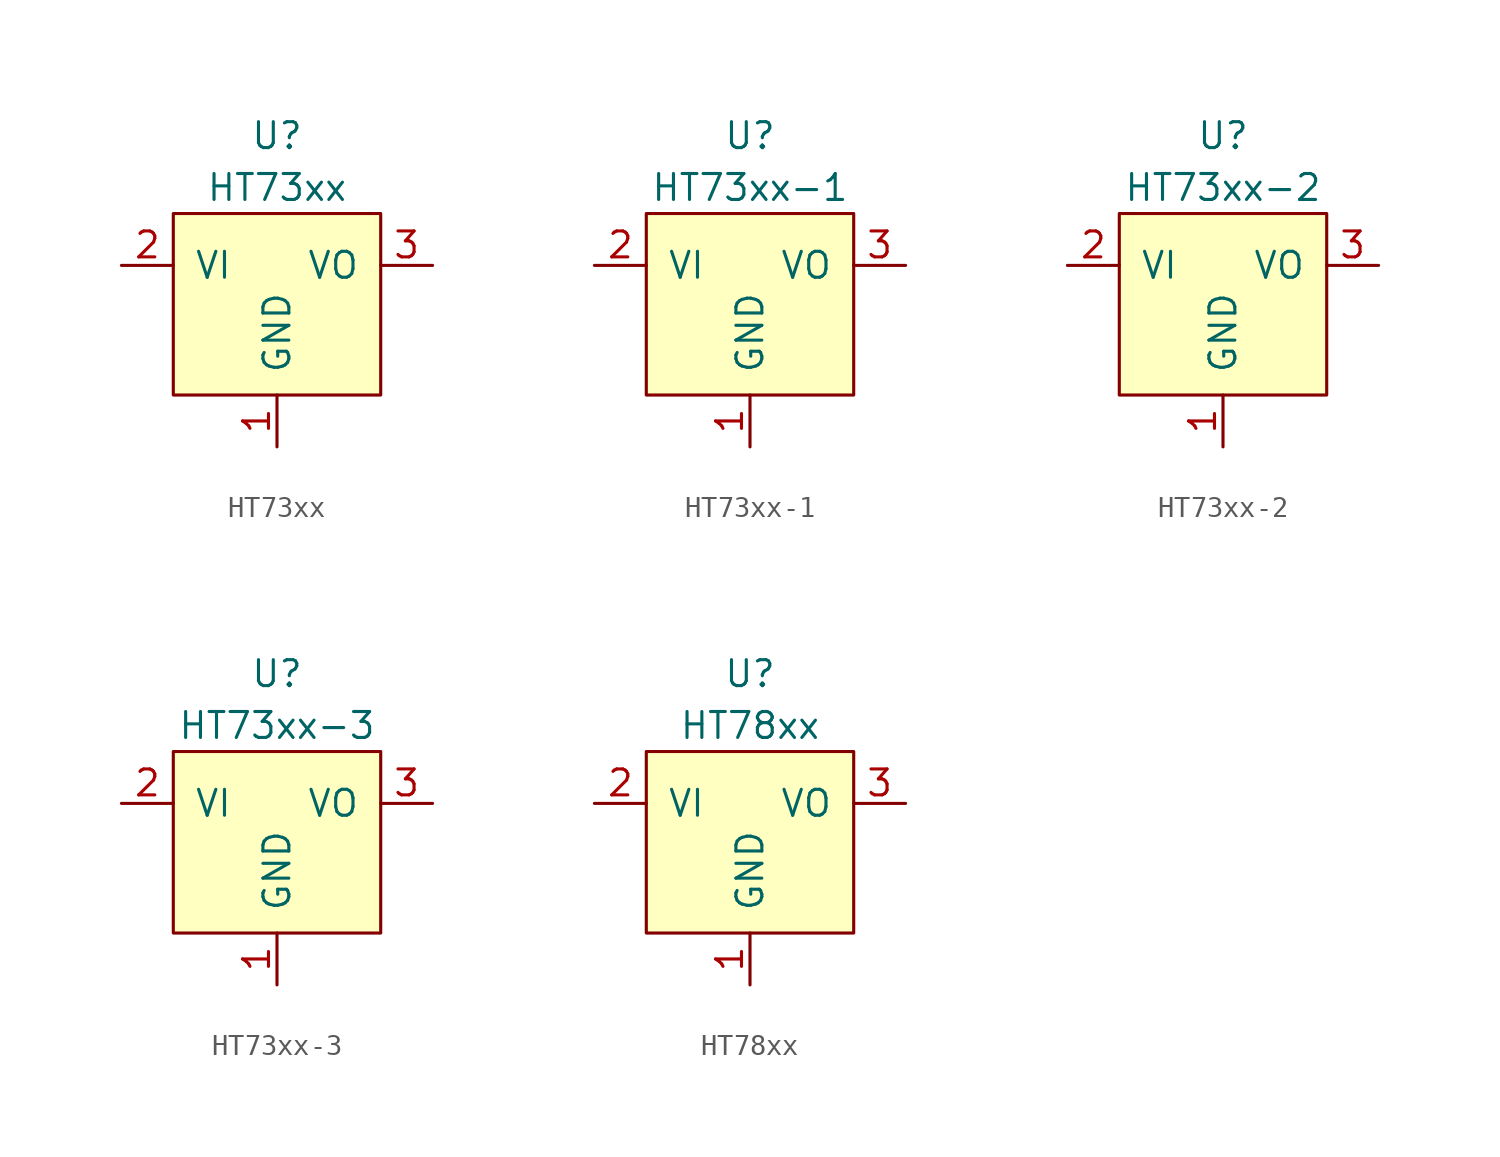
<source format=kicad_sym>
(kicad_symbol_lib
  (version 20211014)
  (generator kicad_symbol_editor)
  (symbol "HT73xx"
    (pin_names
      (offset 1.016))
    (property "Reference" "U"
      (at 0 8.89 0)
      (effects (font (size 1.27 1.27))))
    (property "Value" "HT73xx"
      (at 0 6.35 0)
      (effects (font (size 1.27 1.27))))
    (symbol "HT73xx_0_1"
      (rectangle (start -5.08 5.08) (end 5.08 -3.81) (stroke (width 0) (type default) (color 0 0 0 0)) (fill (type background))))
    (symbol "HT73xx_1_1"
      (pin power_in line (at 0 -6.35 90) (length 2.54) (name "GND" (effects (font (size 1.27 1.27)))) (number "1" (effects (font (size 1.27 1.27)))))
      (pin power_in line (at -7.62 2.54 0) (length 2.54) (name "VI" (effects (font (size 1.27 1.27)))) (number "2" (effects (font (size 1.27 1.27)))))
      (pin power_out line (at 7.62 2.54 180) (length 2.54) (name "VO" (effects (font (size 1.27 1.27)))) (number "3" (effects (font (size 1.27 1.27)))))))
  (symbol "HT73xx-1"
    (pin_names
      (offset 1.016))
    (property "Reference" "U"
      (at 0 8.89 0)
      (effects (font (size 1.27 1.27))))
    (property "Value" "HT73xx-1"
      (at 0 6.35 0)
      (effects (font (size 1.27 1.27))))
    (symbol "HT73xx-1_0_1"
      (rectangle (start -5.08 5.08) (end 5.08 -3.81) (stroke (width 0) (type default) (color 0 0 0 0)) (fill (type background))))
    (symbol "HT73xx-1_1_1"
      (pin power_in line (at 0 -6.35 90) (length 2.54) (name "GND" (effects (font (size 1.27 1.27)))) (number "1" (effects (font (size 1.27 1.27)))))
      (pin power_in line (at -7.62 2.54 0) (length 2.54) (name "VI" (effects (font (size 1.27 1.27)))) (number "2" (effects (font (size 1.27 1.27)))))
      (pin power_out line (at 7.62 2.54 180) (length 2.54) (name "VO" (effects (font (size 1.27 1.27)))) (number "3" (effects (font (size 1.27 1.27)))))))
  (symbol "HT73xx-2"
    (pin_names
      (offset 1.016))
    (property "Reference" "U"
      (at 0 8.89 0)
      (effects (font (size 1.27 1.27))))
    (property "Value" "HT73xx-2"
      (at 0 6.35 0)
      (effects (font (size 1.27 1.27))))
    (symbol "HT73xx-2_0_1"
      (rectangle (start -5.08 5.08) (end 5.08 -3.81) (stroke (width 0) (type default) (color 0 0 0 0)) (fill (type background))))
    (symbol "HT73xx-2_1_1"
      (pin power_in line (at 0 -6.35 90) (length 2.54) (name "GND" (effects (font (size 1.27 1.27)))) (number "1" (effects (font (size 1.27 1.27)))))
      (pin power_in line (at -7.62 2.54 0) (length 2.54) (name "VI" (effects (font (size 1.27 1.27)))) (number "2" (effects (font (size 1.27 1.27)))))
      (pin power_out line (at 7.62 2.54 180) (length 2.54) (name "VO" (effects (font (size 1.27 1.27)))) (number "3" (effects (font (size 1.27 1.27)))))))
  (symbol "HT73xx-3"
    (pin_names
      (offset 1.016))
    (property "Reference" "U"
      (at 0 8.89 0)
      (effects (font (size 1.27 1.27))))
    (property "Value" "HT73xx-3"
      (at 0 6.35 0)
      (effects (font (size 1.27 1.27))))
    (symbol "HT73xx-3_0_1"
      (rectangle (start -5.08 5.08) (end 5.08 -3.81) (stroke (width 0) (type default) (color 0 0 0 0)) (fill (type background))))
    (symbol "HT73xx-3_1_1"
      (pin power_in line (at 0 -6.35 90) (length 2.54) (name "GND" (effects (font (size 1.27 1.27)))) (number "1" (effects (font (size 1.27 1.27)))))
      (pin power_in line (at -7.62 2.54 0) (length 2.54) (name "VI" (effects (font (size 1.27 1.27)))) (number "2" (effects (font (size 1.27 1.27)))))
      (pin power_out line (at 7.62 2.54 180) (length 2.54) (name "VO" (effects (font (size 1.27 1.27)))) (number "3" (effects (font (size 1.27 1.27)))))))
  (symbol "HT78xx"
    (pin_names
      (offset 1.016))
    (property "Reference" "U"
      (at 0 8.89 0)
      (effects (font (size 1.27 1.27))))
    (property "Value" "HT78xx"
      (at 0 6.35 0)
      (effects (font (size 1.27 1.27))))
    (symbol "HT78xx_0_1"
      (rectangle (start -5.08 5.08) (end 5.08 -3.81) (stroke (width 0) (type default) (color 0 0 0 0)) (fill (type background))))
    (symbol "HT78xx_1_1"
      (pin power_in line (at 0 -6.35 90) (length 2.54) (name "GND" (effects (font (size 1.27 1.27)))) (number "1" (effects (font (size 1.27 1.27)))))
      (pin power_in line (at -7.62 2.54 0) (length 2.54) (name "VI" (effects (font (size 1.27 1.27)))) (number "2" (effects (font (size 1.27 1.27)))))
      (pin power_out line (at 7.62 2.54 180) (length 2.54) (name "VO" (effects (font (size 1.27 1.27)))) (number "3" (effects (font (size 1.27 1.27))))))))
</source>
